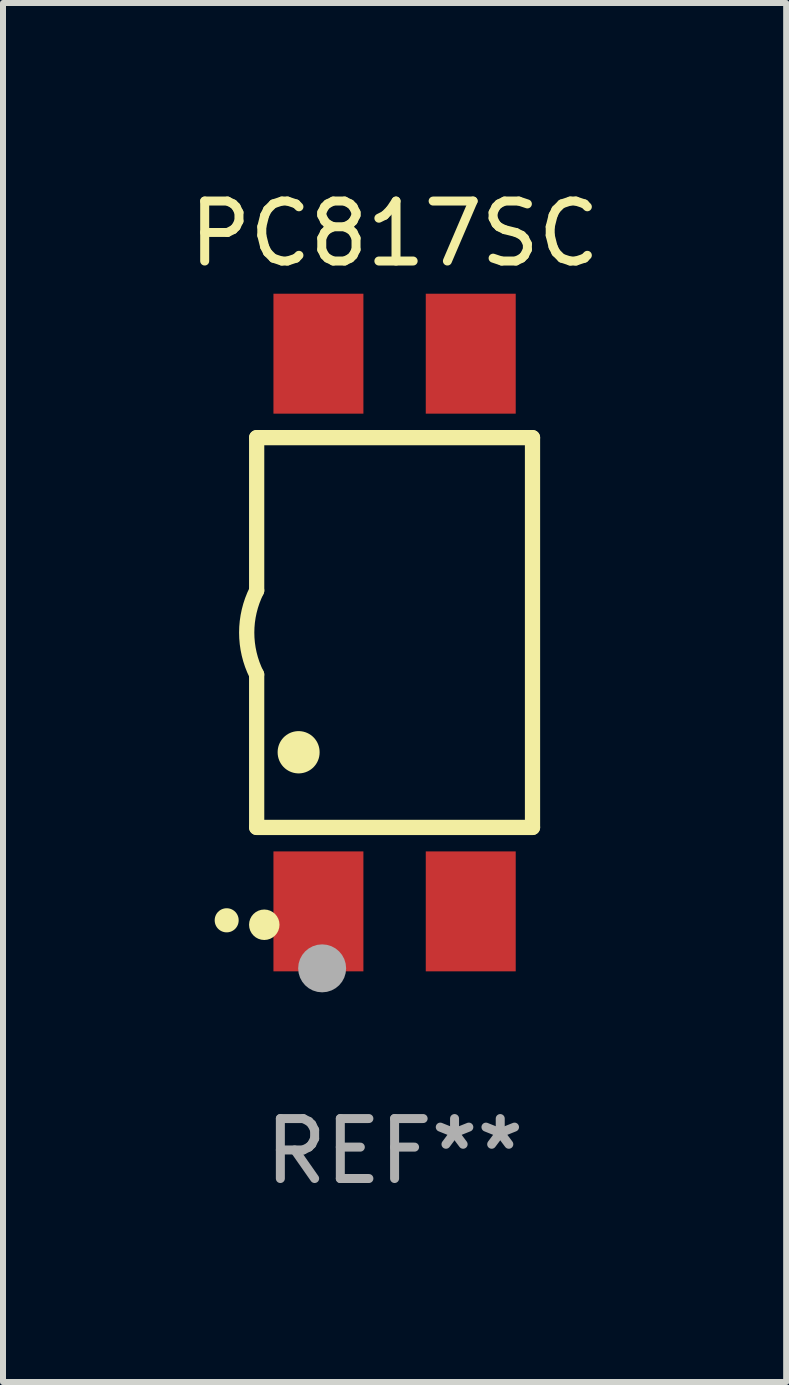
<source format=kicad_pcb>
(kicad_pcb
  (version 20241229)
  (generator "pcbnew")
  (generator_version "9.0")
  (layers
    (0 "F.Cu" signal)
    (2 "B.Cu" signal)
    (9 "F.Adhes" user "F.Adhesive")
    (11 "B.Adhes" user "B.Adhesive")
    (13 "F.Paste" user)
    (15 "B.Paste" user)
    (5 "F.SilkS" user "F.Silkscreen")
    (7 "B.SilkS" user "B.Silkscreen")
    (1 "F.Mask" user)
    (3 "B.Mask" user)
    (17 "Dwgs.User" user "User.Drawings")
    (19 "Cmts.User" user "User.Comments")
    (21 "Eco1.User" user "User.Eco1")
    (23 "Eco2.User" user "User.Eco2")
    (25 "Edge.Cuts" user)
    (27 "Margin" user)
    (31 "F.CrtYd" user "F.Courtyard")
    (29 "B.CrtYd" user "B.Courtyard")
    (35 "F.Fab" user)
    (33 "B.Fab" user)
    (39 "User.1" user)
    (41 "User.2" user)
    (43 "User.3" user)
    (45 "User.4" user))
  (footprint "PC817SC"
    (layer "F.Cu")
    (at 3.53 7.498)
    (property "Reference" "PC817SC" (at 0 -6.65 0) (layer "F.SilkS") (effects (font (size 1 1) (thickness 0.15))))
    (attr through_hole)
    (fp_line (start -2.3 -3.25) (end -2.3 -0.7) (stroke (width 0.254) (type solid)) (layer "F.SilkS"))
    (fp_line (start -2.3 -3.25) (end 2.3 -3.25) (stroke (width 0.254) (type solid)) (layer "F.SilkS"))
    (fp_line (start -2.3 3.25) (end -2.3 0.7) (stroke (width 0.254) (type solid)) (layer "F.SilkS"))
    (fp_line (start 2.3 -3.25) (end 2.3 3.25) (stroke (width 0.254) (type solid)) (layer "F.SilkS"))
    (fp_line (start 2.3 3.25) (end -2.3 3.25) (stroke (width 0.254) (type solid)) (layer "F.SilkS"))
    (fp_arc (start -2.800013 4.800025) (mid -2.800017 4.798755) (end -2.800013 4.797485) (stroke (width 0.4) (type solid)) (layer "F.SilkS"))
    (fp_arc (start -2.300928 0.701041) (mid -2.465983 0.000425) (end -2.300013 -0.699975) (stroke (width 0.254001) (type solid)) (layer "F.SilkS"))
    (fp_arc (start -1.600216 1.999009) (mid -1.600225 1.996469) (end -1.600216 1.993929) (stroke (width 0.700003) (type solid)) (layer "F.SilkS"))
    (fp_circle (center -2.173 4.873) (end -2.046 4.873) (stroke (width 0.254) (type solid)) (fill no) (layer "F.SilkS"))
    (fp_circle (center -1.208 5.6) (end -1.008 5.6) (stroke (width 0.4) (type solid)) (fill no) (layer "F.Fab"))
    (fp_text user "REF**" (at 0 8.65 0) (layer "F.Fab") (effects (font (size 1 1) (thickness 0.15))))
    (pad "1" smd rect (at -1.27 4.65 180) (size 1.5 2) (layers "F.Cu" "F.Mask" "F.Paste"))
    (pad "2" smd rect (at 1.27 4.65 180) (size 1.5 2) (layers "F.Cu" "F.Mask" "F.Paste"))
    (pad "3" smd rect (at 1.27 -4.65 180) (size 1.5 2) (layers "F.Cu" "F.Mask" "F.Paste"))
    (pad "4" smd rect (at -1.27 -4.65 180) (size 1.5 2) (layers "F.Cu" "F.Mask" "F.Paste")))
  (gr_rect
    (start -3 -3)
    (end 10.06 19.996)
    (stroke (width 0.1) (type default))
    (fill no)
    (layer "Edge.Cuts")))
</source>
